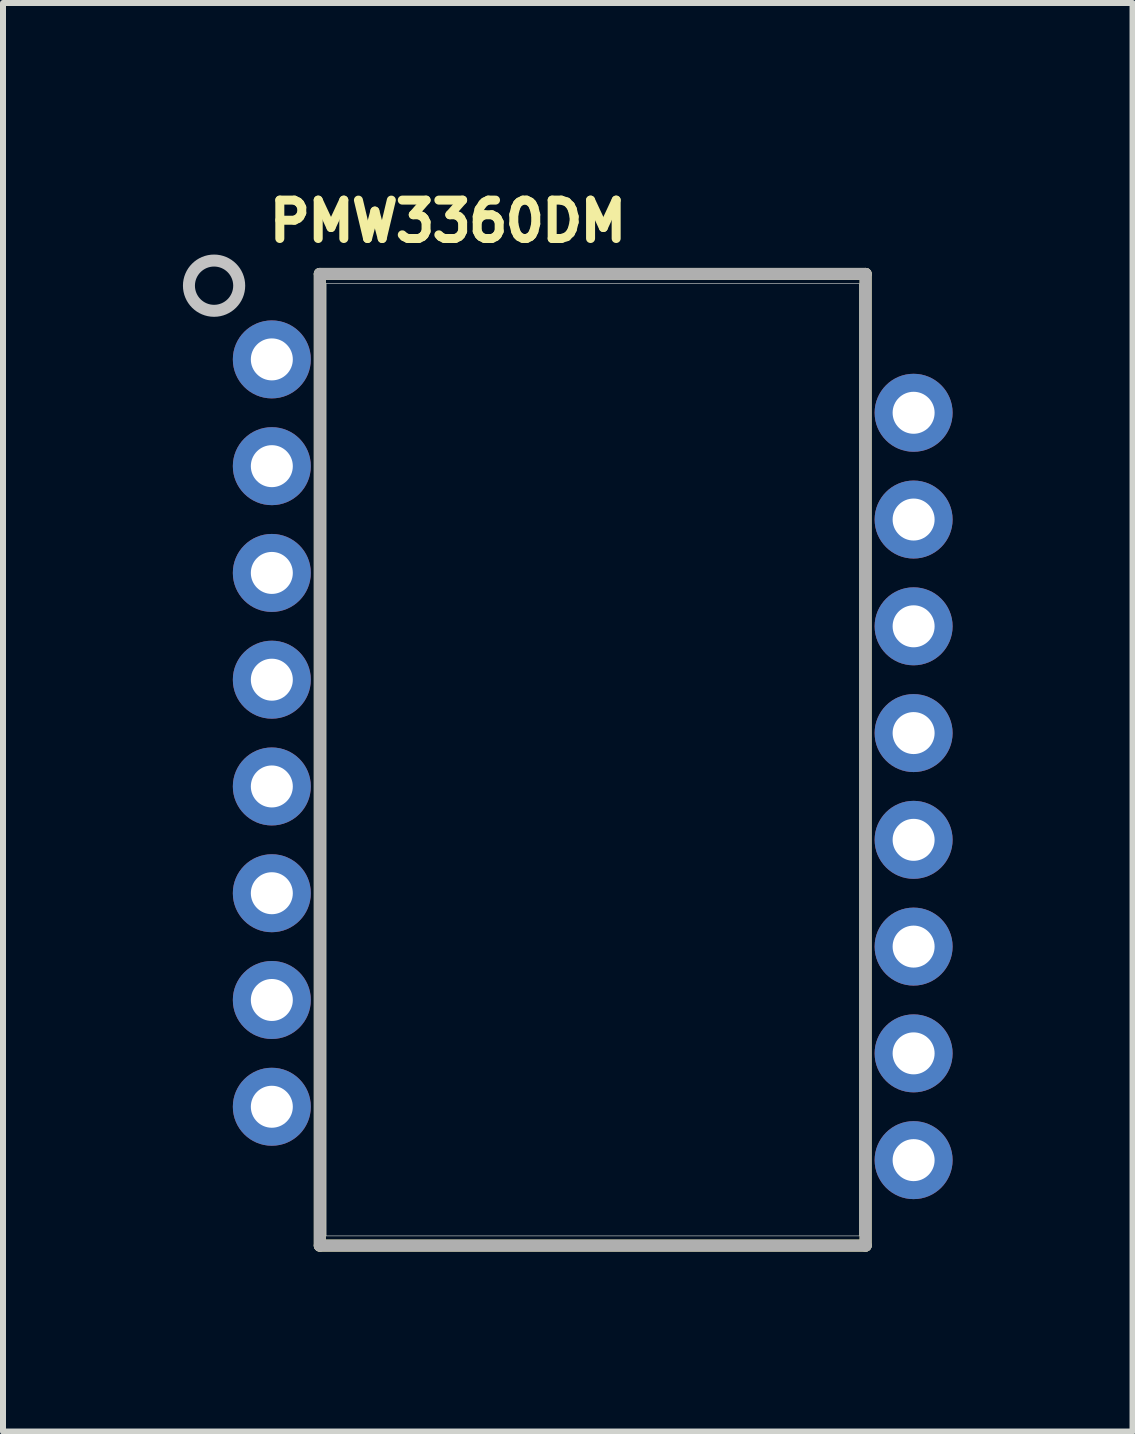
<source format=kicad_pcb>
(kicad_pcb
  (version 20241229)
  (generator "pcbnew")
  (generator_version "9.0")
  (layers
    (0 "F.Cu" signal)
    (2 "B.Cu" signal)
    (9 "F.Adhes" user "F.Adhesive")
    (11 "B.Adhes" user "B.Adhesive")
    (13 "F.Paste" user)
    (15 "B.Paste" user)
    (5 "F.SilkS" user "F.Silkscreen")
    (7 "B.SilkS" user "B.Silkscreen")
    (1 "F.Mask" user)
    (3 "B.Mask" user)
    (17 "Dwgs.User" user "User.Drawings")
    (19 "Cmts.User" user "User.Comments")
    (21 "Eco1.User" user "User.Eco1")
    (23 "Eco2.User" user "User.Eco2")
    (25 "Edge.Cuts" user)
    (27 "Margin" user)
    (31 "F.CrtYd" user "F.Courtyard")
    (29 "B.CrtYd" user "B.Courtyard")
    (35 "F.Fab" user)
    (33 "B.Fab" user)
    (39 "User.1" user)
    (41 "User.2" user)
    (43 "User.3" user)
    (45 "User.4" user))
  (footprint "PMW3360DM"
    (layer "F.Cu")
    (at 6.832 9.617)
    (property "Reference" "PMW3360DM" (at -2.413 -8.979 0) (layer "F.SilkS") (effects (font (size 0.64 0.64) (thickness 0.15))))
    (attr through_hole)
    (fp_line (start -4.55 -8.1) (end -4.55 8.1) (stroke (width 0.2) (type solid)) (layer "F.SilkS"))
    (fp_line (start -4.55 8.1) (end 4.55 8.1) (stroke (width 0.2) (type solid)) (layer "F.SilkS"))
    (fp_line (start 4.55 -8.1) (end -4.55 -8.1) (stroke (width 0.2) (type solid)) (layer "F.SilkS"))
    (fp_line (start 4.55 8.1) (end 4.55 -8.1) (stroke (width 0.2) (type solid)) (layer "F.SilkS"))
    (fp_circle (center -6.313 -7.904) (end -5.894 -7.904) (stroke (width 0.2) (type solid)) (fill no) (layer "Dwgs.User"))
    (fp_line (start -4.445 -7.938) (end 4.445 -7.938) (stroke (width 0.01) (type solid)) (layer "Edge.Cuts"))
    (fp_line (start -4.445 7.938) (end -4.445 -7.938) (stroke (width 0.01) (type solid)) (layer "Edge.Cuts"))
    (fp_line (start 4.445 -7.938) (end 4.445 7.938) (stroke (width 0.01) (type solid)) (layer "Edge.Cuts"))
    (fp_line (start 4.445 7.938) (end -4.445 7.938) (stroke (width 0.01) (type solid)) (layer "Edge.Cuts"))
    (fp_line (start -4.55 -8.1) (end 4.55 -8.1) (stroke (width 0.2) (type solid)) (layer "F.Fab"))
    (fp_line (start -4.55 8.1) (end -4.55 -8.1) (stroke (width 0.2) (type solid)) (layer "F.Fab"))
    (fp_line (start 4.55 -8.1) (end 4.55 8.1) (stroke (width 0.2) (type solid)) (layer "F.Fab"))
    (fp_line (start 4.55 8.1) (end -4.55 8.1) (stroke (width 0.2) (type solid)) (layer "F.Fab"))
    (pad "1" thru_hole circle (at -5.35 -6.675) (size 1.3 1.3) (drill 0.7) (layers "*.Cu" "*.Mask"))
    (pad "2" thru_hole circle (at -5.35 -4.895) (size 1.3 1.3) (drill 0.7) (layers "*.Cu" "*.Mask"))
    (pad "3" thru_hole circle (at -5.35 -3.115) (size 1.3 1.3) (drill 0.7) (layers "*.Cu" "*.Mask"))
    (pad "4" thru_hole circle (at -5.35 -1.335) (size 1.3 1.3) (drill 0.7) (layers "*.Cu" "*.Mask"))
    (pad "5" thru_hole circle (at -5.35 0.445) (size 1.3 1.3) (drill 0.7) (layers "*.Cu" "*.Mask"))
    (pad "6" thru_hole circle (at -5.35 2.225) (size 1.3 1.3) (drill 0.7) (layers "*.Cu" "*.Mask"))
    (pad "7" thru_hole circle (at -5.35 4.005) (size 1.3 1.3) (drill 0.7) (layers "*.Cu" "*.Mask"))
    (pad "8" thru_hole circle (at -5.35 5.785) (size 1.3 1.3) (drill 0.7) (layers "*.Cu" "*.Mask"))
    (pad "9" thru_hole circle (at 5.35 6.675) (size 1.3 1.3) (drill 0.7) (layers "*.Cu" "*.Mask"))
    (pad "10" thru_hole circle (at 5.35 4.895) (size 1.3 1.3) (drill 0.7) (layers "*.Cu" "*.Mask"))
    (pad "11" thru_hole circle (at 5.35 3.115) (size 1.3 1.3) (drill 0.7) (layers "*.Cu" "*.Mask"))
    (pad "12" thru_hole circle (at 5.35 1.335) (size 1.3 1.3) (drill 0.7) (layers "*.Cu" "*.Mask"))
    (pad "13" thru_hole circle (at 5.35 -0.445) (size 1.3 1.3) (drill 0.7) (layers "*.Cu" "*.Mask"))
    (pad "14" thru_hole circle (at 5.35 -2.225) (size 1.3 1.3) (drill 0.7) (layers "*.Cu" "*.Mask"))
    (pad "15" thru_hole circle (at 5.35 -4.005) (size 1.3 1.3) (drill 0.7) (layers "*.Cu" "*.Mask"))
    (pad "16" thru_hole circle (at 5.35 -5.785) (size 1.3 1.3) (drill 0.7) (layers "*.Cu" "*.Mask"))
    (zone (net_name "") (layer "F.Cu") (hatch full 0.508) (connect_pads) (min_thickness 0.127) (filled_areas_thickness no) (keepout (tracks not_allowed) (vias not_allowed) (pads not_allowed) (copperpour not_allowed) (footprints allowed)) (placement (enabled no)) (fill) (polygon (pts (xy 2.387 1.679) (xy 11.277 1.679) (xy 11.277 17.554) (xy 2.387 17.554))))
    (zone (net_name "") (layer "B.Cu") (hatch full 0.508) (connect_pads) (min_thickness 0.127) (filled_areas_thickness no) (keepout (tracks not_allowed) (vias not_allowed) (pads not_allowed) (copperpour not_allowed) (footprints allowed)) (placement (enabled no)) (fill) (polygon (pts (xy 2.387 1.679) (xy 11.277 1.679) (xy 11.277 17.554) (xy 2.387 17.554)))))
  (gr_rect
    (start -3 -3)
    (end 15.832 20.817)
    (stroke (width 0.1) (type default))
    (fill no)
    (layer "Edge.Cuts")))
</source>
